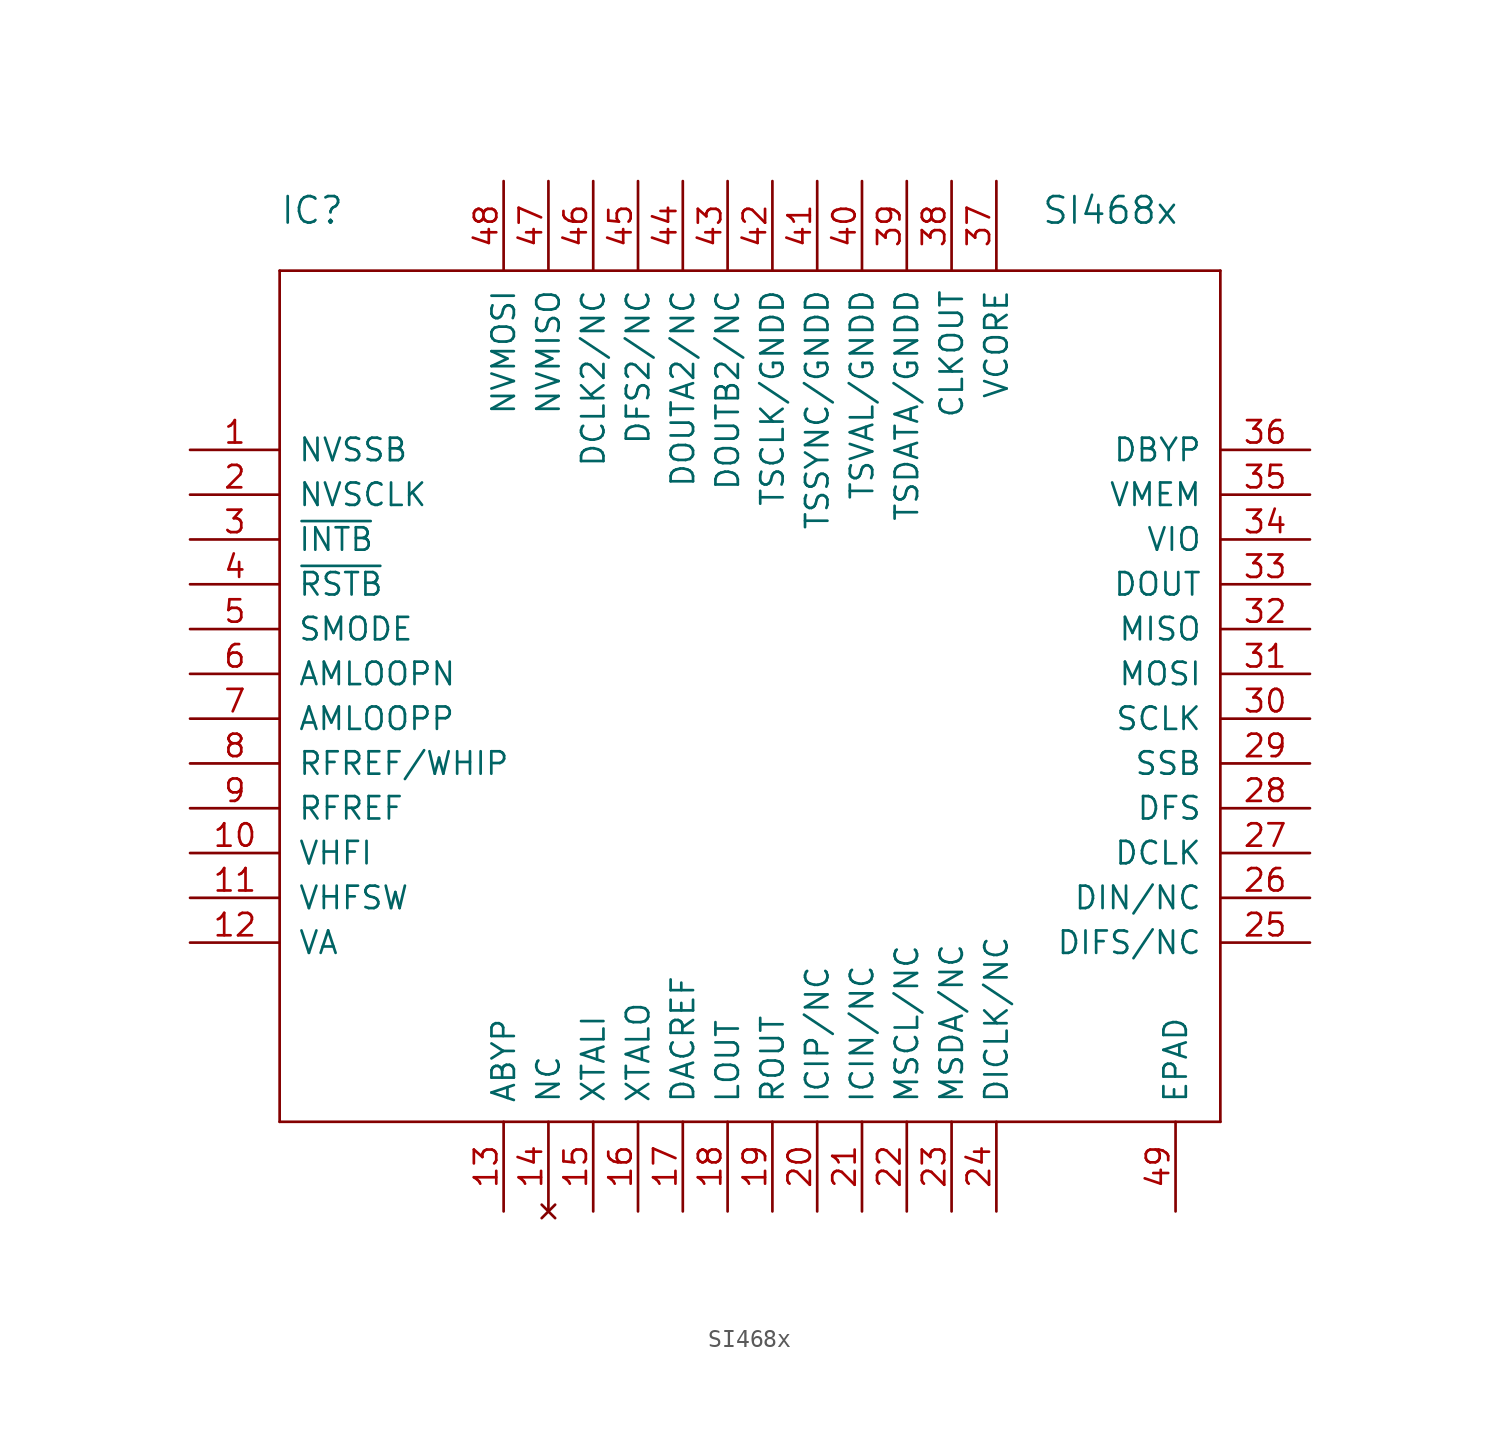
<source format=kicad_sym>
(kicad_symbol_lib
  (version 20220914)
  (generator kicad_symbol_editor)
  (symbol "SI468x"
    (pin_names
      (offset 1.016))
    (property "Reference" "IC"
      (at -27.94 27.94 0)
      (effects (font (size 1.499 1.499)) (justify left bottom)))
    (property "Value" "SI468x"
      (at 15.24 27.94 0)
      (effects (font (size 1.499 1.499)) (justify left bottom)))
    (symbol "SI468x_1_0"
      (polyline (pts (xy -27.94 -22.86) (xy -27.94 25.4)) (stroke (width 0) (type solid)) (fill (type none)))
      (polyline (pts (xy -27.94 25.4) (xy 25.4 25.4)) (stroke (width 0) (type solid)) (fill (type none)))
      (polyline (pts (xy 25.4 -22.86) (xy -27.94 -22.86)) (stroke (width 0) (type solid)) (fill (type none)))
      (polyline (pts (xy 25.4 25.4) (xy 25.4 -22.86)) (stroke (width 0) (type solid)) (fill (type none)))
      (pin output line (at -33.02 15.24 0) (length 5.08) (name "NVSSB" (effects (font (size 1.27 1.27)))) (number "1" (effects (font (size 1.27 1.27)))))
      (pin input line (at -33.02 -7.62 0) (length 5.08) (name "VHFI" (effects (font (size 1.27 1.27)))) (number "10" (effects (font (size 1.27 1.27)))))
      (pin output line (at -33.02 -10.16 0) (length 5.08) (name "VHFSW" (effects (font (size 1.27 1.27)))) (number "11" (effects (font (size 1.27 1.27)))))
      (pin power_in line (at -33.02 -12.7 0) (length 5.08) (name "VA" (effects (font (size 1.27 1.27)))) (number "12" (effects (font (size 1.27 1.27)))))
      (pin power_in line (at -15.24 -27.94 90) (length 5.08) (name "ABYP" (effects (font (size 1.27 1.27)))) (number "13" (effects (font (size 1.27 1.27)))))
      (pin no_connect line (at -12.7 -27.94 90) (length 5.08) (name "NC" (effects (font (size 1.27 1.27)))) (number "14" (effects (font (size 1.27 1.27)))))
      (pin input line (at -10.16 -27.94 90) (length 5.08) (name "XTALI" (effects (font (size 1.27 1.27)))) (number "15" (effects (font (size 1.27 1.27)))))
      (pin output line (at -7.62 -27.94 90) (length 5.08) (name "XTALO" (effects (font (size 1.27 1.27)))) (number "16" (effects (font (size 1.27 1.27)))))
      (pin power_in line (at -5.08 -27.94 90) (length 5.08) (name "DACREF" (effects (font (size 1.27 1.27)))) (number "17" (effects (font (size 1.27 1.27)))))
      (pin output line (at -2.54 -27.94 90) (length 5.08) (name "LOUT" (effects (font (size 1.27 1.27)))) (number "18" (effects (font (size 1.27 1.27)))))
      (pin output line (at 0 -27.94 90) (length 5.08) (name "ROUT" (effects (font (size 1.27 1.27)))) (number "19" (effects (font (size 1.27 1.27)))))
      (pin output line (at -33.02 12.7 0) (length 5.08) (name "NVSCLK" (effects (font (size 1.27 1.27)))) (number "2" (effects (font (size 1.27 1.27)))))
      (pin output line (at 2.54 -27.94 90) (length 5.08) (name "ICIP/NC" (effects (font (size 1.27 1.27)))) (number "20" (effects (font (size 1.27 1.27)))))
      (pin output line (at 5.08 -27.94 90) (length 5.08) (name "ICIN/NC" (effects (font (size 1.27 1.27)))) (number "21" (effects (font (size 1.27 1.27)))))
      (pin output line (at 7.62 -27.94 90) (length 5.08) (name "MSCL/NC" (effects (font (size 1.27 1.27)))) (number "22" (effects (font (size 1.27 1.27)))))
      (pin input line (at 10.16 -27.94 90) (length 5.08) (name "MSDA/NC" (effects (font (size 1.27 1.27)))) (number "23" (effects (font (size 1.27 1.27)))))
      (pin input line (at 12.7 -27.94 90) (length 5.08) (name "DICLK/NC" (effects (font (size 1.27 1.27)))) (number "24" (effects (font (size 1.27 1.27)))))
      (pin output line (at 30.48 -12.7 180) (length 5.08) (name "DIFS/NC" (effects (font (size 1.27 1.27)))) (number "25" (effects (font (size 1.27 1.27)))))
      (pin output line (at 30.48 -10.16 180) (length 5.08) (name "DIN/NC" (effects (font (size 1.27 1.27)))) (number "26" (effects (font (size 1.27 1.27)))))
      (pin bidirectional line (at 30.48 -7.62 180) (length 5.08) (name "DCLK" (effects (font (size 1.27 1.27)))) (number "27" (effects (font (size 1.27 1.27)))))
      (pin bidirectional line (at 30.48 -5.08 180) (length 5.08) (name "DFS" (effects (font (size 1.27 1.27)))) (number "28" (effects (font (size 1.27 1.27)))))
      (pin input line (at 30.48 -2.54 180) (length 5.08) (name "SSB" (effects (font (size 1.27 1.27)))) (number "29" (effects (font (size 1.27 1.27)))))
      (pin output line (at -33.02 10.16 0) (length 5.08) (name "~{INTB}" (effects (font (size 1.27 1.27)))) (number "3" (effects (font (size 1.27 1.27)))))
      (pin input line (at 30.48 0 180) (length 5.08) (name "SCLK" (effects (font (size 1.27 1.27)))) (number "30" (effects (font (size 1.27 1.27)))))
      (pin bidirectional line (at 30.48 2.54 180) (length 5.08) (name "MOSI" (effects (font (size 1.27 1.27)))) (number "31" (effects (font (size 1.27 1.27)))))
      (pin bidirectional line (at 30.48 5.08 180) (length 5.08) (name "MISO" (effects (font (size 1.27 1.27)))) (number "32" (effects (font (size 1.27 1.27)))))
      (pin output line (at 30.48 7.62 180) (length 5.08) (name "DOUT" (effects (font (size 1.27 1.27)))) (number "33" (effects (font (size 1.27 1.27)))))
      (pin power_in line (at 30.48 10.16 180) (length 5.08) (name "VIO" (effects (font (size 1.27 1.27)))) (number "34" (effects (font (size 1.27 1.27)))))
      (pin power_in line (at 30.48 12.7 180) (length 5.08) (name "VMEM" (effects (font (size 1.27 1.27)))) (number "35" (effects (font (size 1.27 1.27)))))
      (pin power_in line (at 30.48 15.24 180) (length 5.08) (name "DBYP" (effects (font (size 1.27 1.27)))) (number "36" (effects (font (size 1.27 1.27)))))
      (pin power_in line (at 12.7 30.48 270) (length 5.08) (name "VCORE" (effects (font (size 1.27 1.27)))) (number "37" (effects (font (size 1.27 1.27)))))
      (pin output line (at 10.16 30.48 270) (length 5.08) (name "CLKOUT" (effects (font (size 1.27 1.27)))) (number "38" (effects (font (size 1.27 1.27)))))
      (pin output line (at 7.62 30.48 270) (length 5.08) (name "TSDATA/GNDD" (effects (font (size 1.27 1.27)))) (number "39" (effects (font (size 1.27 1.27)))))
      (pin input line (at -33.02 7.62 0) (length 5.08) (name "~{RSTB}" (effects (font (size 1.27 1.27)))) (number "4" (effects (font (size 1.27 1.27)))))
      (pin bidirectional line (at 5.08 30.48 270) (length 5.08) (name "TSVAL/GNDD" (effects (font (size 1.27 1.27)))) (number "40" (effects (font (size 1.27 1.27)))))
      (pin bidirectional line (at 2.54 30.48 270) (length 5.08) (name "TSSYNC/GNDD" (effects (font (size 1.27 1.27)))) (number "41" (effects (font (size 1.27 1.27)))))
      (pin bidirectional line (at 0 30.48 270) (length 5.08) (name "TSCLK/GNDD" (effects (font (size 1.27 1.27)))) (number "42" (effects (font (size 1.27 1.27)))))
      (pin bidirectional line (at -2.54 30.48 270) (length 5.08) (name "DOUTB2/NC" (effects (font (size 1.27 1.27)))) (number "43" (effects (font (size 1.27 1.27)))))
      (pin bidirectional line (at -5.08 30.48 270) (length 5.08) (name "DOUTA2/NC" (effects (font (size 1.27 1.27)))) (number "44" (effects (font (size 1.27 1.27)))))
      (pin bidirectional line (at -7.62 30.48 270) (length 5.08) (name "DFS2/NC" (effects (font (size 1.27 1.27)))) (number "45" (effects (font (size 1.27 1.27)))))
      (pin bidirectional line (at -10.16 30.48 270) (length 5.08) (name "DCLK2/NC" (effects (font (size 1.27 1.27)))) (number "46" (effects (font (size 1.27 1.27)))))
      (pin input line (at -12.7 30.48 270) (length 5.08) (name "NVMISO" (effects (font (size 1.27 1.27)))) (number "47" (effects (font (size 1.27 1.27)))))
      (pin output line (at -15.24 30.48 270) (length 5.08) (name "NVMOSI" (effects (font (size 1.27 1.27)))) (number "48" (effects (font (size 1.27 1.27)))))
      (pin bidirectional line (at 22.86 -27.94 90) (length 5.08) (name "EPAD" (effects (font (size 1.27 1.27)))) (number "49" (effects (font (size 1.27 1.27)))))
      (pin input line (at -33.02 5.08 0) (length 5.08) (name "SMODE" (effects (font (size 1.27 1.27)))) (number "5" (effects (font (size 1.27 1.27)))))
      (pin power_in line (at -33.02 2.54 0) (length 5.08) (name "AMLOOPN" (effects (font (size 1.27 1.27)))) (number "6" (effects (font (size 1.27 1.27)))))
      (pin power_in line (at -33.02 0 0) (length 5.08) (name "AMLOOPP" (effects (font (size 1.27 1.27)))) (number "7" (effects (font (size 1.27 1.27)))))
      (pin power_in line (at -33.02 -2.54 0) (length 5.08) (name "RFREF/WHIP" (effects (font (size 1.27 1.27)))) (number "8" (effects (font (size 1.27 1.27)))))
      (pin power_in line (at -33.02 -5.08 0) (length 5.08) (name "RFREF" (effects (font (size 1.27 1.27)))) (number "9" (effects (font (size 1.27 1.27))))))))
</source>
